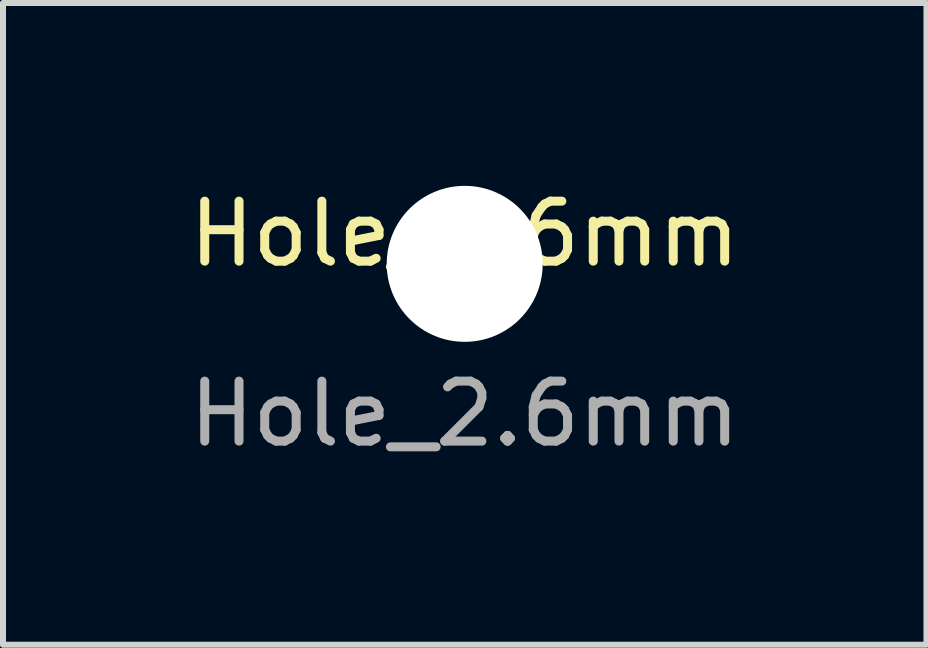
<source format=kicad_pcb>
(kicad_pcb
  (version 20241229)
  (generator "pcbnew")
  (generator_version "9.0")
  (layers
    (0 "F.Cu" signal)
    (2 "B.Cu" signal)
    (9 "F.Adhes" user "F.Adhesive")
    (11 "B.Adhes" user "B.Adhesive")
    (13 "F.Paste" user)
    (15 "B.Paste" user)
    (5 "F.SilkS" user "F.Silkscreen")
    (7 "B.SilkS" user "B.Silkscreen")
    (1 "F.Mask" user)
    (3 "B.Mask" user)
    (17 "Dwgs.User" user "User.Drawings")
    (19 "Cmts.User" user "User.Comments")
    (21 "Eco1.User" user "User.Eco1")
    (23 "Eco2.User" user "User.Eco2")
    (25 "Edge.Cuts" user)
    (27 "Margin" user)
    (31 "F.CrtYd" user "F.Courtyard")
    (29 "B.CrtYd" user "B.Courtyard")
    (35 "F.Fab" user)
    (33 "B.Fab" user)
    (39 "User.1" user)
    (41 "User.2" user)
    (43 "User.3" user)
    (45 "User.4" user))
  (footprint "Hole_2.6mm"
    (layer "F.Cu")
    (at 4.696 1.348)
    (property "Reference" "Hole_2.6mm" (at 0 -0.5 0) (unlocked yes) (layer "F.SilkS") (effects (font (size 1 1) (thickness 0.15))))
    (attr through_hole)
    (fp_text user "${REFERENCE}" (at 0 2.5 0) (unlocked yes) (layer "F.Fab") (effects (font (size 1 1) (thickness 0.15))))
    (pad "" np_thru_hole circle (at 0 0) (size 2.6 2.6) (drill 2.6) (layers "*.Cu" "*.Mask")))
  (gr_rect
    (start -3 -3)
    (end 12.393 7.697)
    (stroke (width 0.1) (type default))
    (fill no)
    (layer "Edge.Cuts")))
</source>
